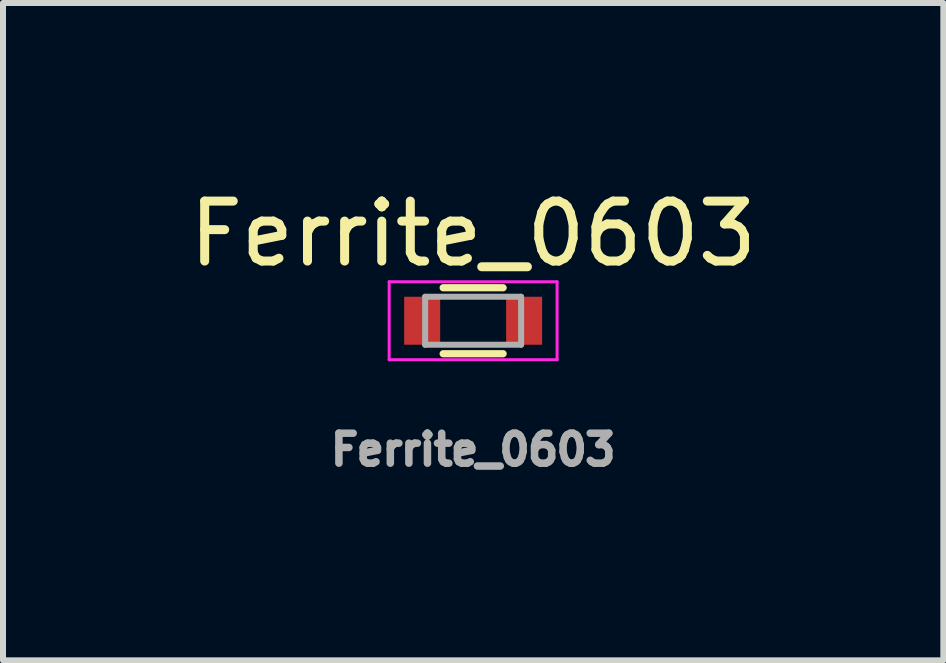
<source format=kicad_pcb>
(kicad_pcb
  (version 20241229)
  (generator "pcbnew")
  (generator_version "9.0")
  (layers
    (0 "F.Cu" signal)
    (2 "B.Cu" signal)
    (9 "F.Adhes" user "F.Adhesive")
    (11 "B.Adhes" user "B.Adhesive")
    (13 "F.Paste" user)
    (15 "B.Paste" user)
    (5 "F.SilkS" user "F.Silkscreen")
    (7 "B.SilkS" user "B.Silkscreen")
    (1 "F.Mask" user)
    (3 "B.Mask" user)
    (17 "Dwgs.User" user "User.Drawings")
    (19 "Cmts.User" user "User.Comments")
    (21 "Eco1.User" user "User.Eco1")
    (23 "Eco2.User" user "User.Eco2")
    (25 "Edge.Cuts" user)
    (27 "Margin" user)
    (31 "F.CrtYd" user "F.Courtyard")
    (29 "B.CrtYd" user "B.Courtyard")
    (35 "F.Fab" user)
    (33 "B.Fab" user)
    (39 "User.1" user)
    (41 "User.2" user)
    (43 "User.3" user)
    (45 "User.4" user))
  (footprint "Ferrite_0603"
    (layer "F.Cu")
    (at 4.839 2.298)
    (property "Reference" "Ferrite_0603" (at 0 -1.45 0) (layer "F.SilkS") (effects (font (size 1 1) (thickness 0.15))))
    (attr smd)
    (fp_line (start -0.5 -0.55) (end 0.5 -0.55) (stroke (width 0.12) (type solid)) (layer "F.SilkS"))
    (fp_line (start -0.5 0.55) (end 0.5 0.55) (stroke (width 0.12) (type solid)) (layer "F.SilkS"))
    (fp_line (start -1.4 -0.65) (end -1.4 0.65) (stroke (width 0.05) (type solid)) (layer "F.CrtYd"))
    (fp_line (start -1.4 0.65) (end 1.4 0.65) (stroke (width 0.05) (type solid)) (layer "F.CrtYd"))
    (fp_line (start 1.4 -0.65) (end -1.4 -0.65) (stroke (width 0.05) (type solid)) (layer "F.CrtYd"))
    (fp_line (start 1.4 0.65) (end 1.4 -0.65) (stroke (width 0.05) (type solid)) (layer "F.CrtYd"))
    (fp_line (start -0.8 -0.4) (end 0.8 -0.4) (stroke (width 0.1) (type solid)) (layer "F.Fab"))
    (fp_line (start -0.8 0.4) (end -0.8 -0.4) (stroke (width 0.1) (type solid)) (layer "F.Fab"))
    (fp_line (start 0.8 -0.4) (end 0.8 0.4) (stroke (width 0.1) (type solid)) (layer "F.Fab"))
    (fp_line (start 0.8 0.4) (end -0.8 0.4) (stroke (width 0.1) (type solid)) (layer "F.Fab"))
    (fp_text user "${REFERENCE}" (at 0 2.15 0) (layer "F.Fab") (effects (font (size 0.5 0.5) (thickness 0.125))))
    (pad "1" smd rect (at -0.85 0) (size 0.6 0.8) (layers "F.Cu" "F.Mask" "F.Paste"))
    (pad "2" smd rect (at 0.85 0) (size 0.6 0.8) (layers "F.Cu" "F.Mask" "F.Paste")))
  (gr_rect
    (start -3 -3)
    (end 12.679 7.96)
    (stroke (width 0.1) (type default))
    (fill no)
    (layer "Edge.Cuts")))
</source>
